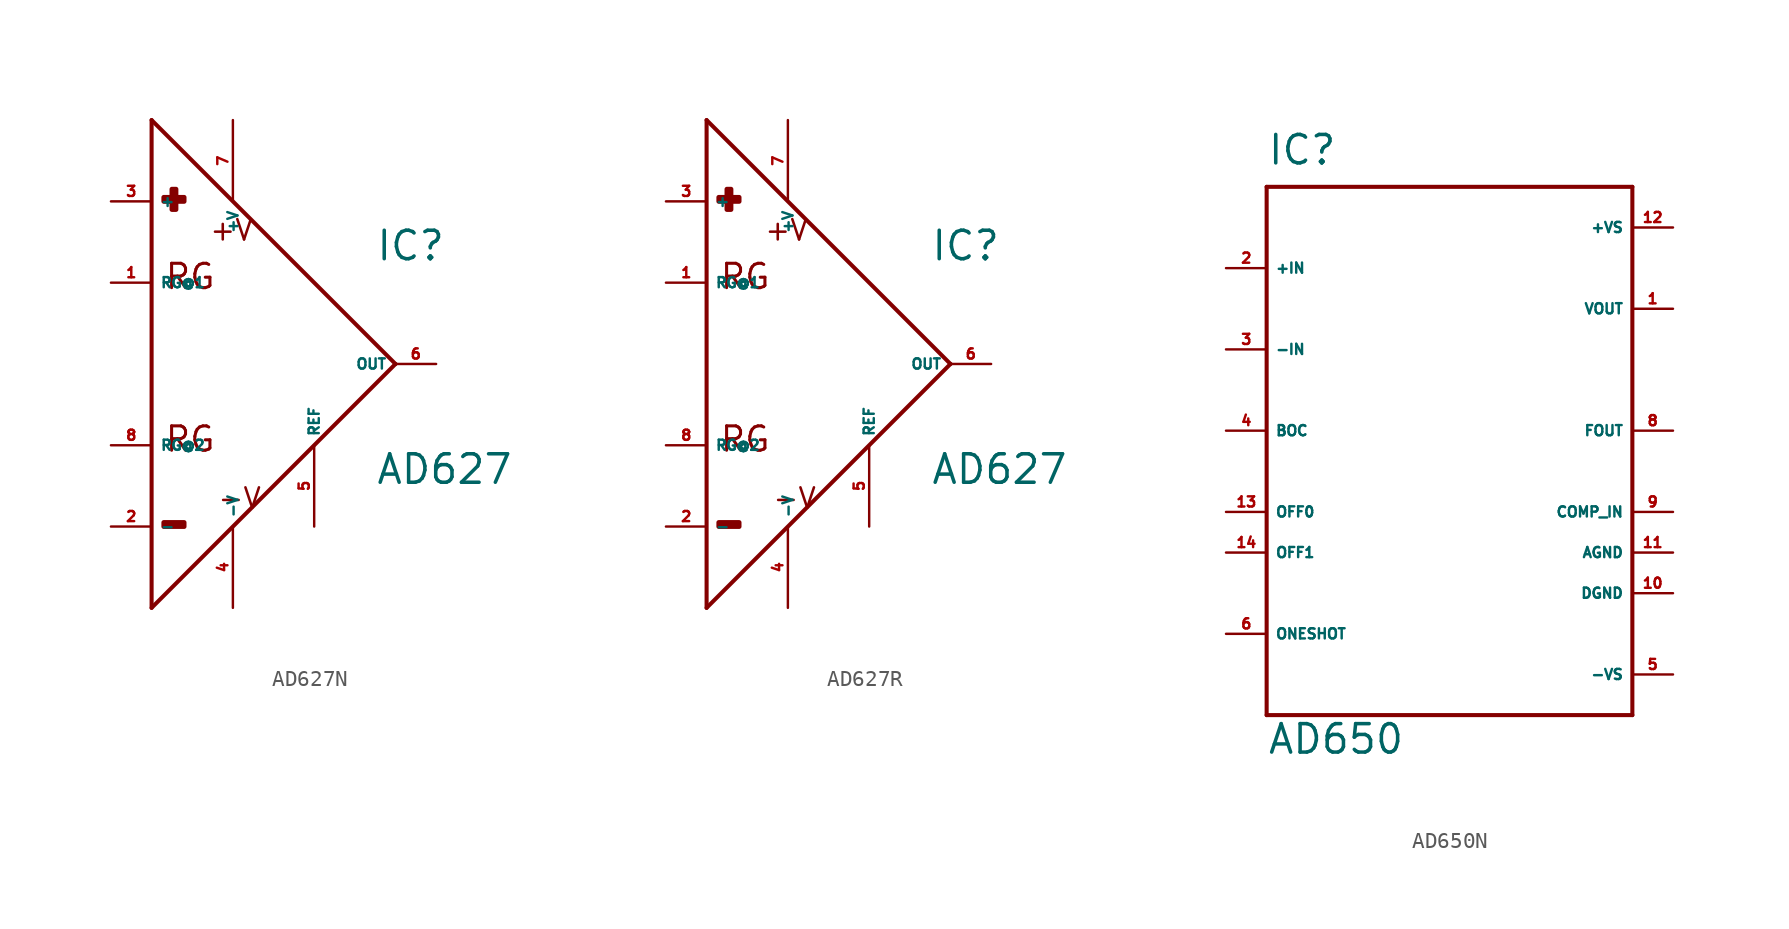
<source format=kicad_sym>
(kicad_symbol_lib
  (version 20220914)
  (generator Eagle2Kicad)
  (symbol "AD627N"
    (property "Reference" "IC"
      (at 8.89 6.35 0)
      (effects (font (size 1.778 1.778) (thickness 0.22)) (justify left bottom)))
    (property "Value" "AD627"
      (at 8.89 -7.62 0)
      (effects (font (size 1.778 1.778) (thickness 0.22)) (justify left bottom)))
    (polyline
      (pts (xy -5.08 15.24) (xy -5.08 -15.24))
      (stroke (width 0.254) (type default))
      (fill (type none)))
    (polyline
      (pts (xy -5.08 -15.24) (xy 10.16 0))
      (stroke (width 0.254) (type default))
      (fill (type none)))
    (polyline
      (pts (xy 10.16 0) (xy -5.08 15.24))
      (stroke (width 0.254) (type default))
      (fill (type none)))
    (text "+V"
      (at -1.524 7.62 0)
      (effects (font (size 1.27 1.27) (thickness 0.16)) (justify left bottom)))
    (text "-V"
      (at -1.016 -9.144 0)
      (effects (font (size 1.27 1.27) (thickness 0.16)) (justify left bottom)))
    (text "RG"
      (at -4.318 4.572 0)
      (effects (font (size 1.524 1.524) (thickness 0.19)) (justify left bottom)))
    (text "RG"
      (at -4.318 -5.588 0)
      (effects (font (size 1.524 1.524) (thickness 0.19)) (justify left bottom)))
    (rectangle
      (start -3.81 9.652)
      (end -3.556 10.922)
      (stroke (width 0.3) (type default))
      (fill (type outline)))
    (rectangle
      (start -4.318 10.16)
      (end -3.048 10.414)
      (stroke (width 0.3) (type default))
      (fill (type outline)))
    (rectangle
      (start -4.318 -10.16)
      (end -3.048 -9.906)
      (stroke (width 0.3) (type default))
      (fill (type outline)))
    (pin input line
      (at -7.62 10.16 0)
      (length 2.54)
      (name "+" (effects (font (size 0.635 0.635) (thickness 0.08)) (justify left bottom)))
      (number "3" (effects (font (size 0.635 0.635) (thickness 0.08)) (justify left bottom))))
    (pin input line
      (at -7.62 -10.16 0)
      (length 2.54)
      (name "-" (effects (font (size 0.635 0.635) (thickness 0.08)) (justify left bottom)))
      (number "2" (effects (font (size 0.635 0.635) (thickness 0.08)) (justify left bottom))))
    (pin unspecified line
      (at 0 -15.24 90)
      (length 5.08)
      (name "-V" (effects (font (size 0.635 0.635) (thickness 0.08)) (justify left bottom)))
      (number "4" (effects (font (size 0.635 0.635) (thickness 0.08)) (justify left bottom))))
    (pin unspecified line
      (at 0 15.24 270)
      (length 5.08)
      (name "+V" (effects (font (size 0.635 0.635) (thickness 0.08)) (justify left bottom)))
      (number "7" (effects (font (size 0.635 0.635) (thickness 0.08)) (justify left bottom))))
    (pin output line
      (at 12.7 0 180)
      (length 2.54)
      (name "OUT" (effects (font (size 0.635 0.635) (thickness 0.08)) (justify left bottom)))
      (number "6" (effects (font (size 0.635 0.635) (thickness 0.08)) (justify left bottom))))
    (pin passive line
      (at -7.62 5.08 0)
      (length 2.54)
      (name "RG@1" (effects (font (size 0.635 0.635) (thickness 0.08)) (justify left bottom)))
      (number "1" (effects (font (size 0.635 0.635) (thickness 0.08)) (justify left bottom))))
    (pin passive line
      (at -7.62 -5.08 0)
      (length 2.54)
      (name "RG@2" (effects (font (size 0.635 0.635) (thickness 0.08)) (justify left bottom)))
      (number "8" (effects (font (size 0.635 0.635) (thickness 0.08)) (justify left bottom))))
    (pin passive line
      (at 5.08 -10.16 90)
      (length 5.08)
      (name "REF" (effects (font (size 0.635 0.635) (thickness 0.08)) (justify left bottom)))
      (number "5" (effects (font (size 0.635 0.635) (thickness 0.08)) (justify left bottom)))))
  (symbol "AD627R"
    (property "Reference" "IC"
      (at 8.89 6.35 0)
      (effects (font (size 1.778 1.778) (thickness 0.22)) (justify left bottom)))
    (property "Value" "AD627"
      (at 8.89 -7.62 0)
      (effects (font (size 1.778 1.778) (thickness 0.22)) (justify left bottom)))
    (polyline
      (pts (xy -5.08 15.24) (xy -5.08 -15.24))
      (stroke (width 0.254) (type default))
      (fill (type none)))
    (polyline
      (pts (xy -5.08 -15.24) (xy 10.16 0))
      (stroke (width 0.254) (type default))
      (fill (type none)))
    (polyline
      (pts (xy 10.16 0) (xy -5.08 15.24))
      (stroke (width 0.254) (type default))
      (fill (type none)))
    (text "+V"
      (at -1.524 7.62 0)
      (effects (font (size 1.27 1.27) (thickness 0.16)) (justify left bottom)))
    (text "-V"
      (at -1.016 -9.144 0)
      (effects (font (size 1.27 1.27) (thickness 0.16)) (justify left bottom)))
    (text "RG"
      (at -4.318 4.572 0)
      (effects (font (size 1.524 1.524) (thickness 0.19)) (justify left bottom)))
    (text "RG"
      (at -4.318 -5.588 0)
      (effects (font (size 1.524 1.524) (thickness 0.19)) (justify left bottom)))
    (rectangle
      (start -3.81 9.652)
      (end -3.556 10.922)
      (stroke (width 0.3) (type default))
      (fill (type outline)))
    (rectangle
      (start -4.318 10.16)
      (end -3.048 10.414)
      (stroke (width 0.3) (type default))
      (fill (type outline)))
    (rectangle
      (start -4.318 -10.16)
      (end -3.048 -9.906)
      (stroke (width 0.3) (type default))
      (fill (type outline)))
    (pin input line
      (at -7.62 10.16 0)
      (length 2.54)
      (name "+" (effects (font (size 0.635 0.635) (thickness 0.08)) (justify left bottom)))
      (number "3" (effects (font (size 0.635 0.635) (thickness 0.08)) (justify left bottom))))
    (pin input line
      (at -7.62 -10.16 0)
      (length 2.54)
      (name "-" (effects (font (size 0.635 0.635) (thickness 0.08)) (justify left bottom)))
      (number "2" (effects (font (size 0.635 0.635) (thickness 0.08)) (justify left bottom))))
    (pin unspecified line
      (at 0 -15.24 90)
      (length 5.08)
      (name "-V" (effects (font (size 0.635 0.635) (thickness 0.08)) (justify left bottom)))
      (number "4" (effects (font (size 0.635 0.635) (thickness 0.08)) (justify left bottom))))
    (pin unspecified line
      (at 0 15.24 270)
      (length 5.08)
      (name "+V" (effects (font (size 0.635 0.635) (thickness 0.08)) (justify left bottom)))
      (number "7" (effects (font (size 0.635 0.635) (thickness 0.08)) (justify left bottom))))
    (pin output line
      (at 12.7 0 180)
      (length 2.54)
      (name "OUT" (effects (font (size 0.635 0.635) (thickness 0.08)) (justify left bottom)))
      (number "6" (effects (font (size 0.635 0.635) (thickness 0.08)) (justify left bottom))))
    (pin passive line
      (at -7.62 5.08 0)
      (length 2.54)
      (name "RG@1" (effects (font (size 0.635 0.635) (thickness 0.08)) (justify left bottom)))
      (number "1" (effects (font (size 0.635 0.635) (thickness 0.08)) (justify left bottom))))
    (pin passive line
      (at -7.62 -5.08 0)
      (length 2.54)
      (name "RG@2" (effects (font (size 0.635 0.635) (thickness 0.08)) (justify left bottom)))
      (number "8" (effects (font (size 0.635 0.635) (thickness 0.08)) (justify left bottom))))
    (pin passive line
      (at 5.08 -10.16 90)
      (length 5.08)
      (name "REF" (effects (font (size 0.635 0.635) (thickness 0.08)) (justify left bottom)))
      (number "5" (effects (font (size 0.635 0.635) (thickness 0.08)) (justify left bottom)))))
  (symbol "AD650N"
    (property "Reference" "IC"
      (at -10.16 16.51 0)
      (effects (font (size 1.778 1.778) (thickness 0.22)) (justify left bottom)))
    (property "Value" "AD650"
      (at -10.16 -20.32 0)
      (effects (font (size 1.778 1.778) (thickness 0.22)) (justify left bottom)))
    (polyline
      (pts (xy -10.16 15.24) (xy 12.7 15.24))
      (stroke (width 0.254) (type default))
      (fill (type none)))
    (polyline
      (pts (xy 12.7 15.24) (xy 12.7 -17.78))
      (stroke (width 0.254) (type default))
      (fill (type none)))
    (polyline
      (pts (xy 12.7 -17.78) (xy -10.16 -17.78))
      (stroke (width 0.254) (type default))
      (fill (type none)))
    (polyline
      (pts (xy -10.16 -17.78) (xy -10.16 15.24))
      (stroke (width 0.254) (type default))
      (fill (type none)))
    (pin output line
      (at 15.24 7.62 180)
      (length 2.54)
      (name "VOUT" (effects (font (size 0.635 0.635) (thickness 0.08)) (justify left bottom)))
      (number "1" (effects (font (size 0.635 0.635) (thickness 0.08)) (justify left bottom))))
    (pin input line
      (at -12.7 10.16 0)
      (length 2.54)
      (name "+IN" (effects (font (size 0.635 0.635) (thickness 0.08)) (justify left bottom)))
      (number "2" (effects (font (size 0.635 0.635) (thickness 0.08)) (justify left bottom))))
    (pin input line
      (at -12.7 5.08 0)
      (length 2.54)
      (name "-IN" (effects (font (size 0.635 0.635) (thickness 0.08)) (justify left bottom)))
      (number "3" (effects (font (size 0.635 0.635) (thickness 0.08)) (justify left bottom))))
    (pin passive line
      (at -12.7 0 0)
      (length 2.54)
      (name "BOC" (effects (font (size 0.635 0.635) (thickness 0.08)) (justify left bottom)))
      (number "4" (effects (font (size 0.635 0.635) (thickness 0.08)) (justify left bottom))))
    (pin input line
      (at 15.24 -15.24 180)
      (length 2.54)
      (name "-VS" (effects (font (size 0.635 0.635) (thickness 0.08)) (justify left bottom)))
      (number "5" (effects (font (size 0.635 0.635) (thickness 0.08)) (justify left bottom))))
    (pin passive line
      (at -12.7 -12.7 0)
      (length 2.54)
      (name "ONESHOT" (effects (font (size 0.635 0.635) (thickness 0.08)) (justify left bottom)))
      (number "6" (effects (font (size 0.635 0.635) (thickness 0.08)) (justify left bottom))))
    (pin output line
      (at 15.24 0 180)
      (length 2.54)
      (name "FOUT" (effects (font (size 0.635 0.635) (thickness 0.08)) (justify left bottom)))
      (number "8" (effects (font (size 0.635 0.635) (thickness 0.08)) (justify left bottom))))
    (pin input line
      (at 15.24 -5.08 180)
      (length 2.54)
      (name "COMP_IN" (effects (font (size 0.635 0.635) (thickness 0.08)) (justify left bottom)))
      (number "9" (effects (font (size 0.635 0.635) (thickness 0.08)) (justify left bottom))))
    (pin input line
      (at 15.24 -10.16 180)
      (length 2.54)
      (name "DGND" (effects (font (size 0.635 0.635) (thickness 0.08)) (justify left bottom)))
      (number "10" (effects (font (size 0.635 0.635) (thickness 0.08)) (justify left bottom))))
    (pin input line
      (at 15.24 -7.62 180)
      (length 2.54)
      (name "AGND" (effects (font (size 0.635 0.635) (thickness 0.08)) (justify left bottom)))
      (number "11" (effects (font (size 0.635 0.635) (thickness 0.08)) (justify left bottom))))
    (pin input line
      (at 15.24 12.7 180)
      (length 2.54)
      (name "+VS" (effects (font (size 0.635 0.635) (thickness 0.08)) (justify left bottom)))
      (number "12" (effects (font (size 0.635 0.635) (thickness 0.08)) (justify left bottom))))
    (pin input line
      (at -12.7 -5.08 0)
      (length 2.54)
      (name "OFF0" (effects (font (size 0.635 0.635) (thickness 0.08)) (justify left bottom)))
      (number "13" (effects (font (size 0.635 0.635) (thickness 0.08)) (justify left bottom))))
    (pin input line
      (at -12.7 -7.62 0)
      (length 2.54)
      (name "OFF1" (effects (font (size 0.635 0.635) (thickness 0.08)) (justify left bottom)))
      (number "14" (effects (font (size 0.635 0.635) (thickness 0.08)) (justify left bottom))))))
</source>
